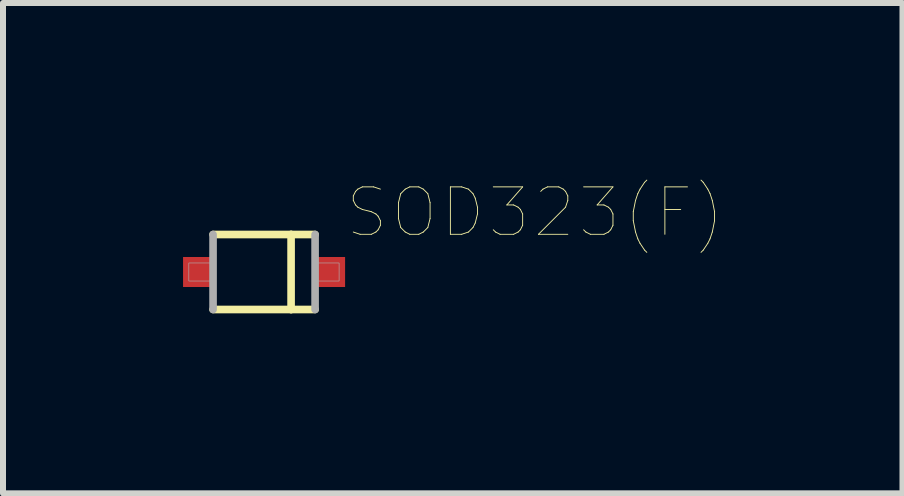
<source format=kicad_pcb>
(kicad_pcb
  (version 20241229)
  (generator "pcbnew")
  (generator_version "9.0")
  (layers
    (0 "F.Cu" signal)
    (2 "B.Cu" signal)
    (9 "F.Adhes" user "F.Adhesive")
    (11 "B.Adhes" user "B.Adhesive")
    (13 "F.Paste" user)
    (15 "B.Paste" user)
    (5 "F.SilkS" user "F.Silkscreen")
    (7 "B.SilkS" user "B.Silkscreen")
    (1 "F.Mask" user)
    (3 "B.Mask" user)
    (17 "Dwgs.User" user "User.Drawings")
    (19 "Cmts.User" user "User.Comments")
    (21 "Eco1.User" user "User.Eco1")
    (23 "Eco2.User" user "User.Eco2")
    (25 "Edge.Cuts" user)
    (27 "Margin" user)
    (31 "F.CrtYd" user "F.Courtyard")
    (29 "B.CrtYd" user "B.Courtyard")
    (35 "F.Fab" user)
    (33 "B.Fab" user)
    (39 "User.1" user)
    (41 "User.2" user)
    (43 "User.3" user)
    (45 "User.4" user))
  (footprint "SOD323(F)"
    (layer "F.Cu")
    (at 1.35 1.482)
    (property "Reference" "SOD323(F)" (at 4.515 -0.993 0) (layer "F.SilkS") (effects (font (size 0.79 0.79) (thickness 0.015))))
    (attr through_hole)
    (fp_line (start -0.85 -0.625) (end 0.45 -0.625) (stroke (width 0.127) (type solid)) (layer "F.SilkS"))
    (fp_line (start 0.45 -0.625) (end 0.45 0.625) (stroke (width 0.127) (type solid)) (layer "F.SilkS"))
    (fp_line (start 0.45 -0.625) (end 0.85 -0.625) (stroke (width 0.127) (type solid)) (layer "F.SilkS"))
    (fp_line (start 0.45 0.625) (end -0.85 0.625) (stroke (width 0.127) (type solid)) (layer "F.SilkS"))
    (fp_line (start 0.85 0.625) (end 0.45 0.625) (stroke (width 0.127) (type solid)) (layer "F.SilkS"))
    (fp_line (start -0.85 0.625) (end -0.85 -0.625) (stroke (width 0.127) (type solid)) (layer "F.Fab"))
    (fp_line (start 0.85 -0.625) (end 0.85 0.625) (stroke (width 0.127) (type solid)) (layer "F.Fab"))
    (fp_poly (pts (xy -1.254 -0.15) (xy -0.85 -0.15) (xy -0.85 0.15) (xy -1.254 0.15)) (stroke (width 0.01) (type solid)) (fill no) (layer "F.Fab"))
    (fp_poly (pts (xy 0.851 -0.15) (xy 1.25 -0.15) (xy 1.25 0.15) (xy 0.851 0.15)) (stroke (width 0.01) (type solid)) (fill no) (layer "F.Fab"))
    (pad "1" smd rect (at 1.1 0) (size 0.5 0.5) (layers "F.Cu" "F.Mask" "F.Paste"))
    (pad "2" smd rect (at -1.1 0) (size 0.5 0.5) (layers "F.Cu" "F.Mask" "F.Paste")))
  (gr_rect
    (start -3 -3)
    (end 11.987 5.17)
    (stroke (width 0.1) (type default))
    (fill no)
    (layer "Edge.Cuts")))
</source>
